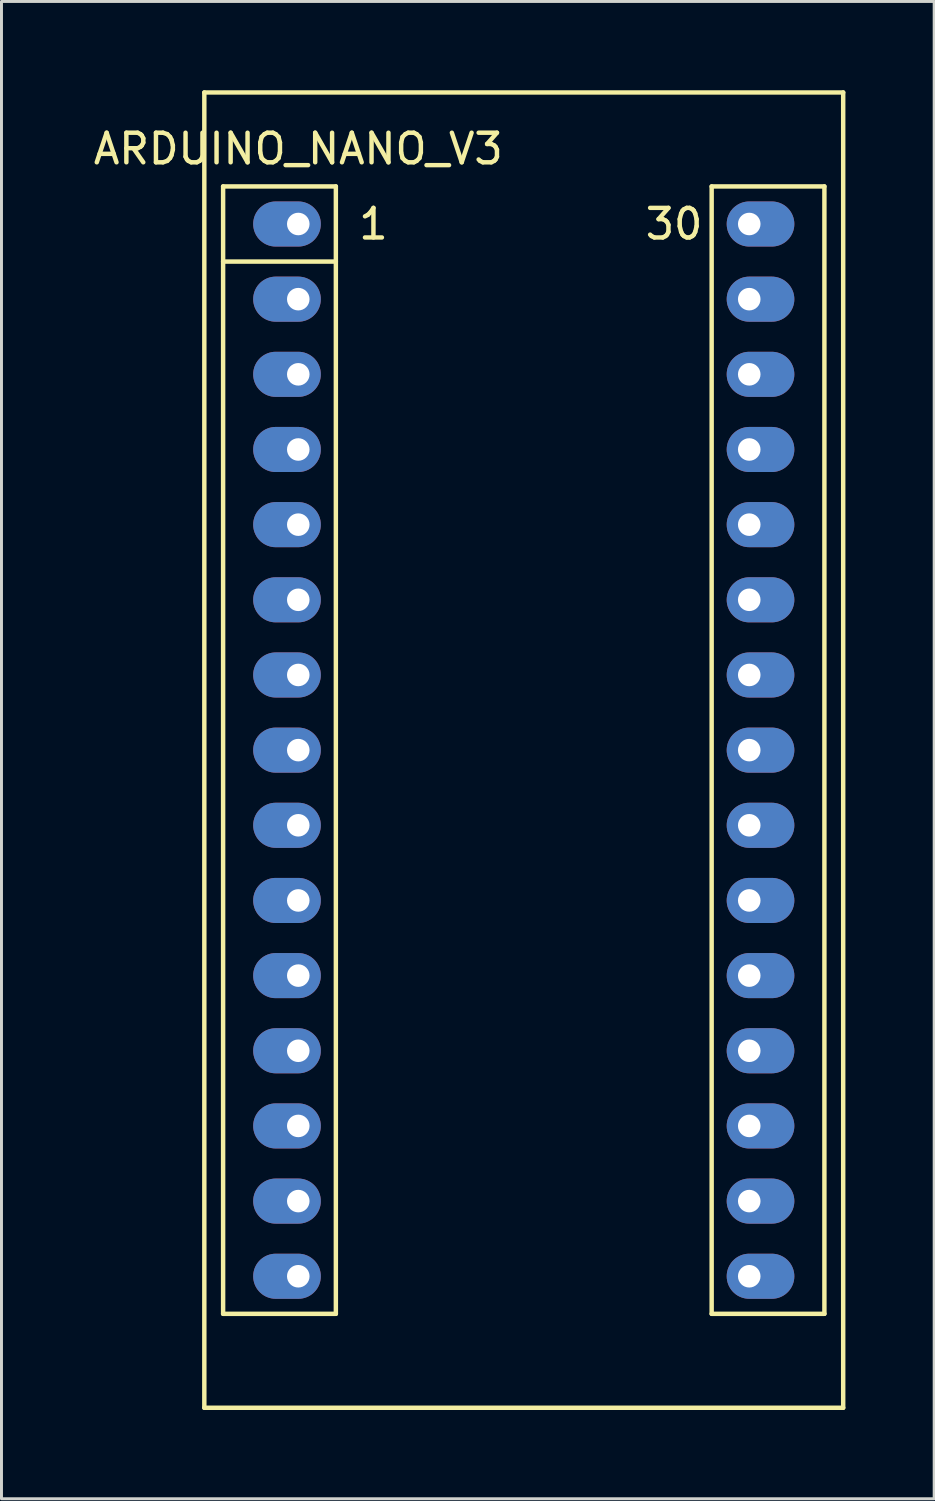
<source format=kicad_pcb>
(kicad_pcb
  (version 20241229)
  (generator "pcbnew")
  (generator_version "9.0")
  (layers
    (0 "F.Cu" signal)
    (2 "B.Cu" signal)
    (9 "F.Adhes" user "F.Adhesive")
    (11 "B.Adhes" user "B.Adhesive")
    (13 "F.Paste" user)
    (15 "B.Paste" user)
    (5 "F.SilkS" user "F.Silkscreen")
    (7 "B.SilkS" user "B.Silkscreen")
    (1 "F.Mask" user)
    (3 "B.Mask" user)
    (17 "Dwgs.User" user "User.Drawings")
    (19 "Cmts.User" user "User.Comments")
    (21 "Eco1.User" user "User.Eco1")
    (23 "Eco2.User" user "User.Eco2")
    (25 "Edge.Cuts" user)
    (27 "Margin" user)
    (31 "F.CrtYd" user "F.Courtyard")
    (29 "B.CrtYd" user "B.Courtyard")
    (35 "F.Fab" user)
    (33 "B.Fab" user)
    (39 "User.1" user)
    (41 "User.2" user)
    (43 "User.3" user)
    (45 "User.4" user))
  (footprint "ARDUINO_NANO_V3"
    (layer "F.Cu")
    (at 15.285 21.665)
    (property "Reference" "ARDUINO_NANO_V3" (at -8.255 -19.685 0) (layer "F.SilkS") (effects (font (size 1 1) (thickness 0.15))))
    (attr through_hole)
    (fp_line (start -11.43 -21.59) (end -11.43 22.86) (stroke (width 0.15) (type solid)) (layer "F.SilkS"))
    (fp_line (start -11.43 22.86) (end 10.16 22.86) (stroke (width 0.15) (type solid)) (layer "F.SilkS"))
    (fp_line (start -10.795 -18.415) (end -6.985 -18.415) (stroke (width 0.15) (type solid)) (layer "F.SilkS"))
    (fp_line (start -10.795 -15.875) (end -6.985 -15.875) (stroke (width 0.15) (type solid)) (layer "F.SilkS"))
    (fp_line (start -10.795 19.685) (end -10.795 -18.415) (stroke (width 0.15) (type solid)) (layer "F.SilkS"))
    (fp_line (start -6.985 -18.415) (end -6.985 19.685) (stroke (width 0.15) (type solid)) (layer "F.SilkS"))
    (fp_line (start -6.985 19.685) (end -10.795 19.685) (stroke (width 0.15) (type solid)) (layer "F.SilkS"))
    (fp_line (start 5.715 -18.415) (end 5.715 19.685) (stroke (width 0.15) (type solid)) (layer "F.SilkS"))
    (fp_line (start 5.715 19.685) (end 9.525 19.685) (stroke (width 0.15) (type solid)) (layer "F.SilkS"))
    (fp_line (start 9.525 -18.415) (end 5.715 -18.415) (stroke (width 0.15) (type solid)) (layer "F.SilkS"))
    (fp_line (start 9.525 19.685) (end 9.525 -18.415) (stroke (width 0.15) (type solid)) (layer "F.SilkS"))
    (fp_line (start 10.16 -21.59) (end -11.43 -21.59) (stroke (width 0.15) (type solid)) (layer "F.SilkS"))
    (fp_line (start 10.16 22.86) (end 10.16 -21.59) (stroke (width 0.15) (type solid)) (layer "F.SilkS"))
    (fp_text user "30" (at 4.445 -17.145 0) (layer "F.SilkS") (effects (font (size 1 1) (thickness 0.15))))
    (fp_text user "1" (at -5.715 -17.145 0) (layer "F.SilkS") (effects (font (size 1 1) (thickness 0.15))))
    (pad "1" thru_hole oval (at -8.255 -17.145) (size 2.286 1.524) (drill 0.762 (offset -0.381 0)) (layers "*.Cu" "*.Mask"))
    (pad "2" thru_hole oval (at -8.255 -14.605) (size 2.286 1.524) (drill 0.762 (offset -0.381 0)) (layers "*.Cu" "*.Mask"))
    (pad "3" thru_hole oval (at -8.255 -12.065) (size 2.286 1.524) (drill 0.762 (offset -0.381 0)) (layers "*.Cu" "*.Mask"))
    (pad "4" thru_hole oval (at -8.255 -9.525) (size 2.286 1.524) (drill 0.762 (offset -0.381 0)) (layers "*.Cu" "*.Mask"))
    (pad "5" thru_hole oval (at -8.255 -6.985) (size 2.286 1.524) (drill 0.762 (offset -0.381 0)) (layers "*.Cu" "*.Mask"))
    (pad "6" thru_hole oval (at -8.255 -4.445) (size 2.286 1.524) (drill 0.762 (offset -0.381 0)) (layers "*.Cu" "*.Mask"))
    (pad "7" thru_hole oval (at -8.255 -1.905) (size 2.286 1.524) (drill 0.762 (offset -0.381 0)) (layers "*.Cu" "*.Mask"))
    (pad "8" thru_hole oval (at -8.255 0.635) (size 2.286 1.524) (drill 0.762 (offset -0.381 0)) (layers "*.Cu" "*.Mask"))
    (pad "9" thru_hole oval (at -8.255 3.175) (size 2.286 1.524) (drill 0.762 (offset -0.381 0)) (layers "*.Cu" "*.Mask"))
    (pad "10" thru_hole oval (at -8.255 5.715) (size 2.286 1.524) (drill 0.762 (offset -0.381 0)) (layers "*.Cu" "*.Mask"))
    (pad "11" thru_hole oval (at -8.255 8.255) (size 2.286 1.524) (drill 0.762 (offset -0.381 0)) (layers "*.Cu" "*.Mask"))
    (pad "12" thru_hole oval (at -8.255 10.795) (size 2.286 1.524) (drill 0.762 (offset -0.381 0)) (layers "*.Cu" "*.Mask"))
    (pad "13" thru_hole oval (at -8.255 13.335) (size 2.286 1.524) (drill 0.762 (offset -0.381 0)) (layers "*.Cu" "*.Mask"))
    (pad "14" thru_hole oval (at -8.255 15.875) (size 2.286 1.524) (drill 0.762 (offset -0.381 0)) (layers "*.Cu" "*.Mask"))
    (pad "15" thru_hole oval (at -8.255 18.415) (size 2.286 1.524) (drill 0.762 (offset -0.381 0)) (layers "*.Cu" "*.Mask"))
    (pad "16" thru_hole oval (at 6.985 18.415) (size 2.286 1.524) (drill 0.762 (offset 0.381 0)) (layers "*.Cu" "*.Mask"))
    (pad "17" thru_hole oval (at 6.985 15.875) (size 2.286 1.524) (drill 0.762 (offset 0.381 0)) (layers "*.Cu" "*.Mask"))
    (pad "18" thru_hole oval (at 6.985 13.335) (size 2.286 1.524) (drill 0.762 (offset 0.381 0)) (layers "*.Cu" "*.Mask"))
    (pad "19" thru_hole oval (at 6.985 10.795) (size 2.286 1.524) (drill 0.762 (offset 0.381 0)) (layers "*.Cu" "*.Mask"))
    (pad "20" thru_hole oval (at 6.985 8.255) (size 2.286 1.524) (drill 0.762 (offset 0.381 0)) (layers "*.Cu" "*.Mask"))
    (pad "21" thru_hole oval (at 6.985 5.715) (size 2.286 1.524) (drill 0.762 (offset 0.381 0)) (layers "*.Cu" "*.Mask"))
    (pad "22" thru_hole oval (at 6.985 3.175) (size 2.286 1.524) (drill 0.762 (offset 0.381 0)) (layers "*.Cu" "*.Mask"))
    (pad "23" thru_hole oval (at 6.985 0.635) (size 2.286 1.524) (drill 0.762 (offset 0.381 0)) (layers "*.Cu" "*.Mask"))
    (pad "24" thru_hole oval (at 6.985 -1.905) (size 2.286 1.524) (drill 0.762 (offset 0.381 0)) (layers "*.Cu" "*.Mask"))
    (pad "25" thru_hole oval (at 6.985 -4.445) (size 2.286 1.524) (drill 0.762 (offset 0.381 0)) (layers "*.Cu" "*.Mask"))
    (pad "26" thru_hole oval (at 6.985 -6.985) (size 2.286 1.524) (drill 0.762 (offset 0.381 0)) (layers "*.Cu" "*.Mask"))
    (pad "27" thru_hole oval (at 6.985 -9.525) (size 2.286 1.524) (drill 0.762 (offset 0.381 0)) (layers "*.Cu" "*.Mask"))
    (pad "28" thru_hole oval (at 6.985 -12.065) (size 2.286 1.524) (drill 0.762 (offset 0.381 0)) (layers "*.Cu" "*.Mask"))
    (pad "29" thru_hole oval (at 6.985 -14.605) (size 2.286 1.524) (drill 0.762 (offset 0.381 0)) (layers "*.Cu" "*.Mask"))
    (pad "30" thru_hole oval (at 6.985 -17.145) (size 2.286 1.524) (drill 0.762 (offset 0.381 0)) (layers "*.Cu" "*.Mask")))
  (gr_rect
    (start -3 -3)
    (end 28.52 47.6)
    (stroke (width 0.1) (type default))
    (fill no)
    (layer "Edge.Cuts")))
</source>
